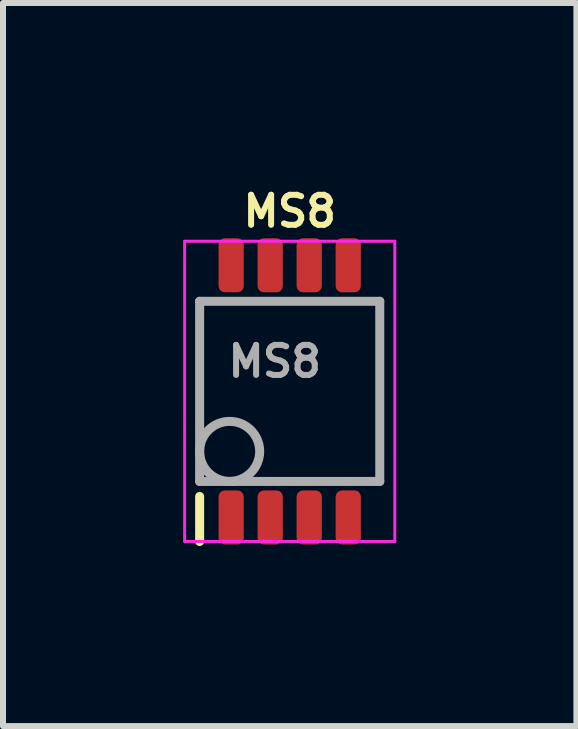
<source format=kicad_pcb>
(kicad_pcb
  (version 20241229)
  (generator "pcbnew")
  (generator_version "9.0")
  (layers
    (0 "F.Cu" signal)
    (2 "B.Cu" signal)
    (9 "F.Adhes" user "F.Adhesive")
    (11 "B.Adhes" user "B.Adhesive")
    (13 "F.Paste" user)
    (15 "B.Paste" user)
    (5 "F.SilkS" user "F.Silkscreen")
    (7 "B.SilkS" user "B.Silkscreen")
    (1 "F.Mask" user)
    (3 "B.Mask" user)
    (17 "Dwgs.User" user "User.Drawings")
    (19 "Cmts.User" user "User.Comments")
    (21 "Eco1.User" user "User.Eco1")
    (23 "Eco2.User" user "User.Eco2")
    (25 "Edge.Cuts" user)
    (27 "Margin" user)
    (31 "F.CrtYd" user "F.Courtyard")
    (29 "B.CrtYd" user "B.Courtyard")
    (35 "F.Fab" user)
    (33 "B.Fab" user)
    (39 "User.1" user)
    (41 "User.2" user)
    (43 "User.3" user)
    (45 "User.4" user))
  (footprint "MS8"
    (layer "F.Cu")
    (at 1.775 3.468)
    (property "Reference" "MS8" (at 0 -3 0) (layer "F.SilkS") (effects (font (size 0.5 0.5) (thickness 0.1))))
    (attr smd)
    (fp_line (start -1.5 1.75) (end -1.5 2.5) (stroke (width 0.15) (type solid)) (layer "F.SilkS"))
    (fp_line (start -1.75 -2.5) (end 1.75 -2.5) (stroke (width 0.05) (type solid)) (layer "F.CrtYd"))
    (fp_line (start -1.75 2.5) (end -1.75 -2.5) (stroke (width 0.05) (type solid)) (layer "F.CrtYd"))
    (fp_line (start -1.75 2.5) (end 1.75 2.5) (stroke (width 0.05) (type solid)) (layer "F.CrtYd"))
    (fp_line (start 1.75 2.5) (end 1.75 -2.5) (stroke (width 0.05) (type solid)) (layer "F.CrtYd"))
    (fp_line (start -1.5 -1.5) (end -1.5 1.5) (stroke (width 0.15) (type solid)) (layer "F.Fab"))
    (fp_line (start -1.5 1.5) (end 1.5 1.5) (stroke (width 0.15) (type solid)) (layer "F.Fab"))
    (fp_line (start 1.5 -1.5) (end -1.5 -1.5) (stroke (width 0.15) (type solid)) (layer "F.Fab"))
    (fp_line (start 1.5 1.5) (end 1.5 -1.5) (stroke (width 0.15) (type solid)) (layer "F.Fab"))
    (fp_circle (center -1 1) (end -1 1.5) (stroke (width 0.15) (type solid)) (fill no) (layer "F.Fab"))
    (fp_text user "${REFERENCE}" (at -0.25 -0.5 0) (layer "F.Fab") (effects (font (size 0.5 0.5) (thickness 0.1))))
    (pad "1" smd roundrect (at -0.975 2.1) (size 0.42 0.9) (layers "F.Cu" "F.Mask" "F.Paste") (roundrect_rratio 0.25))
    (pad "2" smd roundrect (at -0.325 2.1) (size 0.42 0.9) (layers "F.Cu" "F.Mask" "F.Paste") (roundrect_rratio 0.25))
    (pad "3" smd roundrect (at 0.325 2.1) (size 0.42 0.9) (layers "F.Cu" "F.Mask" "F.Paste") (roundrect_rratio 0.25))
    (pad "4" smd roundrect (at 0.975 2.1) (size 0.42 0.9) (layers "F.Cu" "F.Mask" "F.Paste") (roundrect_rratio 0.25))
    (pad "5" smd roundrect (at 0.975 -2.1) (size 0.42 0.9) (layers "F.Cu" "F.Mask" "F.Paste") (roundrect_rratio 0.25))
    (pad "6" smd roundrect (at 0.325 -2.1) (size 0.42 0.9) (layers "F.Cu" "F.Mask" "F.Paste") (roundrect_rratio 0.25))
    (pad "7" smd roundrect (at -0.325 -2.1) (size 0.42 0.9) (layers "F.Cu" "F.Mask" "F.Paste") (roundrect_rratio 0.25))
    (pad "8" smd roundrect (at -0.975 -2.1) (size 0.42 0.9) (layers "F.Cu" "F.Mask" "F.Paste") (roundrect_rratio 0.25)))
  (gr_rect
    (start -3 -3)
    (end 6.55 9.043)
    (stroke (width 0.1) (type default))
    (fill no)
    (layer "Edge.Cuts")))
</source>
